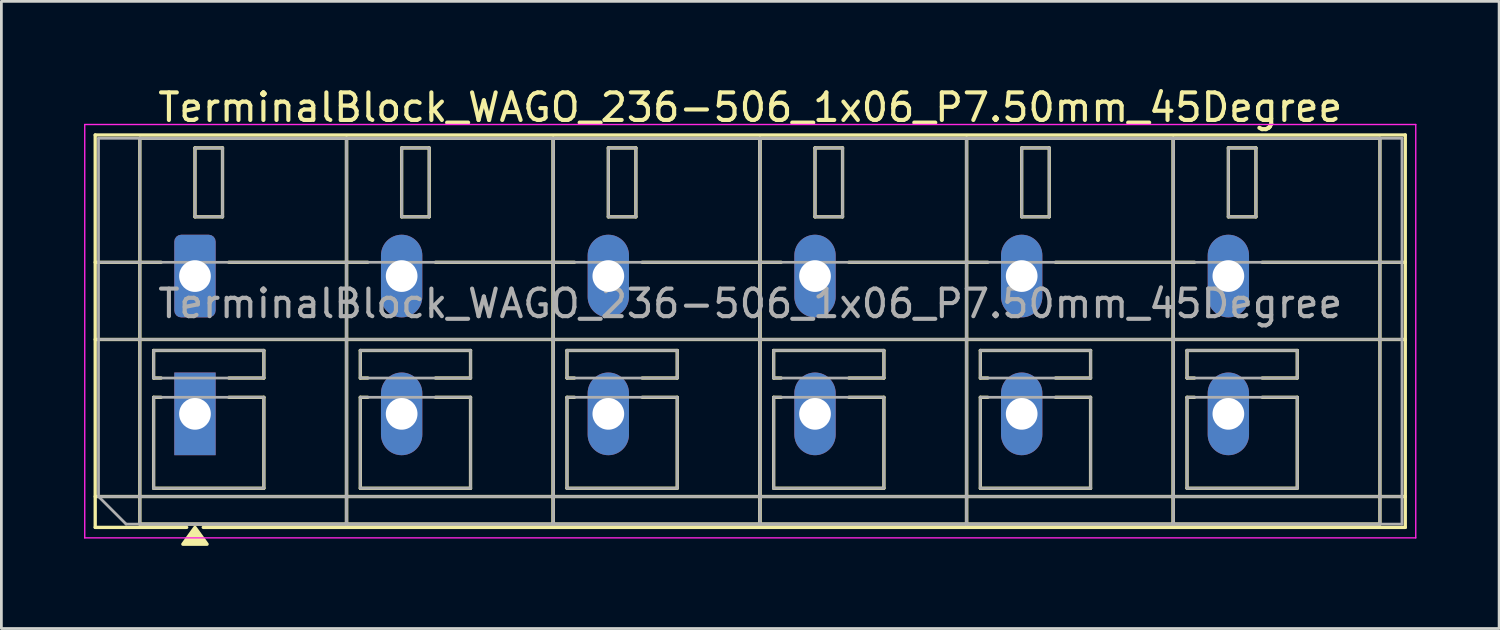
<source format=kicad_pcb>
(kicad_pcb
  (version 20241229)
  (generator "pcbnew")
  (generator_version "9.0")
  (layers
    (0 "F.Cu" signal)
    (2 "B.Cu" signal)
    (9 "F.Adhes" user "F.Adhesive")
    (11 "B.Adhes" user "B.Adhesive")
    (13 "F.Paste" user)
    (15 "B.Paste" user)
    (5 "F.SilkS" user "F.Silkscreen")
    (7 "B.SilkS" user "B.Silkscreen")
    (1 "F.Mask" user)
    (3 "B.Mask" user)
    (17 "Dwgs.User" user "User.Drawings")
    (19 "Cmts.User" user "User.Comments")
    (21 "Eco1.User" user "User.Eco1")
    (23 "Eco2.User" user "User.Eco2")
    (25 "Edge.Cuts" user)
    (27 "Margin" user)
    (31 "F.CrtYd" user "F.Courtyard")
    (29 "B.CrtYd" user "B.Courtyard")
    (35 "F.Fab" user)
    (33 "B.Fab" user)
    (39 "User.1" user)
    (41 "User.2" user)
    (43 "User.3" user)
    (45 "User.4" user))
  (footprint "TerminalBlock_WAGO_236-506_1x06_P7.50mm_45Degree"
    (layer "F.Cu")
    (at 4.025 6.968)
    (property "Reference" "TerminalBlock_WAGO_236-506_1x06_P7.50mm_45Degree" (at 20.15 -6.12 0) (layer "F.SilkS") (effects (font (size 1 1) (thickness 0.15))))
    (attr through_hole)
    (fp_line (start -3.62 -5.12) (end -3.62 9.12) (stroke (width 0.12) (type solid)) (layer "F.SilkS"))
    (fp_line (start -3.62 -5.12) (end 43.92 -5.12) (stroke (width 0.12) (type solid)) (layer "F.SilkS"))
    (fp_line (start -3.62 -0.5) (end -1.23 -0.5) (stroke (width 0.12) (type solid)) (layer "F.SilkS"))
    (fp_line (start -3.62 2.3) (end 43.92 2.3) (stroke (width 0.12) (type solid)) (layer "F.SilkS"))
    (fp_line (start -3.62 8) (end 43.92 8) (stroke (width 0.12) (type solid)) (layer "F.SilkS"))
    (fp_line (start -3.62 9.12) (end -0.3 9.12) (stroke (width 0.12) (type solid)) (layer "F.SilkS"))
    (fp_line (start -2 -5) (end -2 9) (stroke (width 0.12) (type solid)) (layer "F.SilkS"))
    (fp_line (start -2 -5) (end 5.5 -5) (stroke (width 0.12) (type solid)) (layer "F.SilkS"))
    (fp_line (start -2 9) (end 5.5 9) (stroke (width 0.12) (type solid)) (layer "F.SilkS"))
    (fp_line (start -1.5 2.7) (end -1.5 3.7) (stroke (width 0.12) (type solid)) (layer "F.SilkS"))
    (fp_line (start -1.5 2.7) (end 2.5 2.7) (stroke (width 0.12) (type solid)) (layer "F.SilkS"))
    (fp_line (start -1.5 3.7) (end -1.23 3.7) (stroke (width 0.12) (type solid)) (layer "F.SilkS"))
    (fp_line (start -1.5 4.4) (end -1.5 7.7) (stroke (width 0.12) (type solid)) (layer "F.SilkS"))
    (fp_line (start -1.5 4.4) (end -1.23 4.4) (stroke (width 0.12) (type solid)) (layer "F.SilkS"))
    (fp_line (start -1.5 7.7) (end 2.5 7.7) (stroke (width 0.12) (type solid)) (layer "F.SilkS"))
    (fp_line (start 0 -4.65) (end 0 -2.15) (stroke (width 0.12) (type solid)) (layer "F.SilkS"))
    (fp_line (start 0 -4.65) (end 1 -4.65) (stroke (width 0.12) (type solid)) (layer "F.SilkS"))
    (fp_line (start 0 -2.15) (end 1 -2.15) (stroke (width 0.12) (type solid)) (layer "F.SilkS"))
    (fp_line (start 0.3 9.12) (end 43.92 9.12) (stroke (width 0.12) (type solid)) (layer "F.SilkS"))
    (fp_line (start 1 -4.65) (end 1 -2.15) (stroke (width 0.12) (type solid)) (layer "F.SilkS"))
    (fp_line (start 1.23 -0.5) (end 6.27 -0.5) (stroke (width 0.12) (type solid)) (layer "F.SilkS"))
    (fp_line (start 1.23 3.7) (end 2.5 3.7) (stroke (width 0.12) (type solid)) (layer "F.SilkS"))
    (fp_line (start 1.23 4.4) (end 2.5 4.4) (stroke (width 0.12) (type solid)) (layer "F.SilkS"))
    (fp_line (start 2.5 2.7) (end 2.5 3.7) (stroke (width 0.12) (type solid)) (layer "F.SilkS"))
    (fp_line (start 2.5 4.4) (end 2.5 7.7) (stroke (width 0.12) (type solid)) (layer "F.SilkS"))
    (fp_line (start 5.5 -5) (end 5.5 9) (stroke (width 0.12) (type solid)) (layer "F.SilkS"))
    (fp_line (start 5.5 -5) (end 5.5 9) (stroke (width 0.12) (type solid)) (layer "F.SilkS"))
    (fp_line (start 5.5 -5) (end 13 -5) (stroke (width 0.12) (type solid)) (layer "F.SilkS"))
    (fp_line (start 5.5 9) (end 13 9) (stroke (width 0.12) (type solid)) (layer "F.SilkS"))
    (fp_line (start 6 2.7) (end 6 3.7) (stroke (width 0.12) (type solid)) (layer "F.SilkS"))
    (fp_line (start 6 2.7) (end 10 2.7) (stroke (width 0.12) (type solid)) (layer "F.SilkS"))
    (fp_line (start 6 3.7) (end 6.27 3.7) (stroke (width 0.12) (type solid)) (layer "F.SilkS"))
    (fp_line (start 6 4.4) (end 6 7.7) (stroke (width 0.12) (type solid)) (layer "F.SilkS"))
    (fp_line (start 6 4.4) (end 6.27 4.4) (stroke (width 0.12) (type solid)) (layer "F.SilkS"))
    (fp_line (start 6 7.7) (end 10 7.7) (stroke (width 0.12) (type solid)) (layer "F.SilkS"))
    (fp_line (start 7.5 -4.65) (end 7.5 -2.15) (stroke (width 0.12) (type solid)) (layer "F.SilkS"))
    (fp_line (start 7.5 -4.65) (end 8.5 -4.65) (stroke (width 0.12) (type solid)) (layer "F.SilkS"))
    (fp_line (start 7.5 -2.15) (end 8.5 -2.15) (stroke (width 0.12) (type solid)) (layer "F.SilkS"))
    (fp_line (start 8.5 -4.65) (end 8.5 -2.15) (stroke (width 0.12) (type solid)) (layer "F.SilkS"))
    (fp_line (start 8.73 -0.5) (end 13.77 -0.5) (stroke (width 0.12) (type solid)) (layer "F.SilkS"))
    (fp_line (start 8.73 3.7) (end 10 3.7) (stroke (width 0.12) (type solid)) (layer "F.SilkS"))
    (fp_line (start 8.73 4.4) (end 10 4.4) (stroke (width 0.12) (type solid)) (layer "F.SilkS"))
    (fp_line (start 10 2.7) (end 10 3.7) (stroke (width 0.12) (type solid)) (layer "F.SilkS"))
    (fp_line (start 10 4.4) (end 10 7.7) (stroke (width 0.12) (type solid)) (layer "F.SilkS"))
    (fp_line (start 13 -5) (end 13 9) (stroke (width 0.12) (type solid)) (layer "F.SilkS"))
    (fp_line (start 13 -5) (end 13 9) (stroke (width 0.12) (type solid)) (layer "F.SilkS"))
    (fp_line (start 13 -5) (end 20.5 -5) (stroke (width 0.12) (type solid)) (layer "F.SilkS"))
    (fp_line (start 13 9) (end 20.5 9) (stroke (width 0.12) (type solid)) (layer "F.SilkS"))
    (fp_line (start 13.5 2.7) (end 13.5 3.7) (stroke (width 0.12) (type solid)) (layer "F.SilkS"))
    (fp_line (start 13.5 2.7) (end 17.5 2.7) (stroke (width 0.12) (type solid)) (layer "F.SilkS"))
    (fp_line (start 13.5 3.7) (end 13.77 3.7) (stroke (width 0.12) (type solid)) (layer "F.SilkS"))
    (fp_line (start 13.5 4.4) (end 13.5 7.7) (stroke (width 0.12) (type solid)) (layer "F.SilkS"))
    (fp_line (start 13.5 4.4) (end 13.77 4.4) (stroke (width 0.12) (type solid)) (layer "F.SilkS"))
    (fp_line (start 13.5 7.7) (end 17.5 7.7) (stroke (width 0.12) (type solid)) (layer "F.SilkS"))
    (fp_line (start 15 -4.65) (end 15 -2.15) (stroke (width 0.12) (type solid)) (layer "F.SilkS"))
    (fp_line (start 15 -4.65) (end 16 -4.65) (stroke (width 0.12) (type solid)) (layer "F.SilkS"))
    (fp_line (start 15 -2.15) (end 16 -2.15) (stroke (width 0.12) (type solid)) (layer "F.SilkS"))
    (fp_line (start 16 -4.65) (end 16 -2.15) (stroke (width 0.12) (type solid)) (layer "F.SilkS"))
    (fp_line (start 16.23 -0.5) (end 21.27 -0.5) (stroke (width 0.12) (type solid)) (layer "F.SilkS"))
    (fp_line (start 16.23 3.7) (end 17.5 3.7) (stroke (width 0.12) (type solid)) (layer "F.SilkS"))
    (fp_line (start 16.23 4.4) (end 17.5 4.4) (stroke (width 0.12) (type solid)) (layer "F.SilkS"))
    (fp_line (start 17.5 2.7) (end 17.5 3.7) (stroke (width 0.12) (type solid)) (layer "F.SilkS"))
    (fp_line (start 17.5 4.4) (end 17.5 7.7) (stroke (width 0.12) (type solid)) (layer "F.SilkS"))
    (fp_line (start 20.5 -5) (end 20.5 9) (stroke (width 0.12) (type solid)) (layer "F.SilkS"))
    (fp_line (start 20.5 -5) (end 20.5 9) (stroke (width 0.12) (type solid)) (layer "F.SilkS"))
    (fp_line (start 20.5 -5) (end 28 -5) (stroke (width 0.12) (type solid)) (layer "F.SilkS"))
    (fp_line (start 20.5 9) (end 28 9) (stroke (width 0.12) (type solid)) (layer "F.SilkS"))
    (fp_line (start 21 2.7) (end 21 3.7) (stroke (width 0.12) (type solid)) (layer "F.SilkS"))
    (fp_line (start 21 2.7) (end 25 2.7) (stroke (width 0.12) (type solid)) (layer "F.SilkS"))
    (fp_line (start 21 3.7) (end 21.27 3.7) (stroke (width 0.12) (type solid)) (layer "F.SilkS"))
    (fp_line (start 21 4.4) (end 21 7.7) (stroke (width 0.12) (type solid)) (layer "F.SilkS"))
    (fp_line (start 21 4.4) (end 21.27 4.4) (stroke (width 0.12) (type solid)) (layer "F.SilkS"))
    (fp_line (start 21 7.7) (end 25 7.7) (stroke (width 0.12) (type solid)) (layer "F.SilkS"))
    (fp_line (start 22.5 -4.65) (end 22.5 -2.15) (stroke (width 0.12) (type solid)) (layer "F.SilkS"))
    (fp_line (start 22.5 -4.65) (end 23.5 -4.65) (stroke (width 0.12) (type solid)) (layer "F.SilkS"))
    (fp_line (start 22.5 -2.15) (end 23.5 -2.15) (stroke (width 0.12) (type solid)) (layer "F.SilkS"))
    (fp_line (start 23.5 -4.65) (end 23.5 -2.15) (stroke (width 0.12) (type solid)) (layer "F.SilkS"))
    (fp_line (start 23.73 -0.5) (end 28.77 -0.5) (stroke (width 0.12) (type solid)) (layer "F.SilkS"))
    (fp_line (start 23.73 3.7) (end 25 3.7) (stroke (width 0.12) (type solid)) (layer "F.SilkS"))
    (fp_line (start 23.73 4.4) (end 25 4.4) (stroke (width 0.12) (type solid)) (layer "F.SilkS"))
    (fp_line (start 25 2.7) (end 25 3.7) (stroke (width 0.12) (type solid)) (layer "F.SilkS"))
    (fp_line (start 25 4.4) (end 25 7.7) (stroke (width 0.12) (type solid)) (layer "F.SilkS"))
    (fp_line (start 28 -5) (end 28 9) (stroke (width 0.12) (type solid)) (layer "F.SilkS"))
    (fp_line (start 28 -5) (end 28 9) (stroke (width 0.12) (type solid)) (layer "F.SilkS"))
    (fp_line (start 28 -5) (end 35.5 -5) (stroke (width 0.12) (type solid)) (layer "F.SilkS"))
    (fp_line (start 28 9) (end 35.5 9) (stroke (width 0.12) (type solid)) (layer "F.SilkS"))
    (fp_line (start 28.5 2.7) (end 28.5 3.7) (stroke (width 0.12) (type solid)) (layer "F.SilkS"))
    (fp_line (start 28.5 2.7) (end 32.5 2.7) (stroke (width 0.12) (type solid)) (layer "F.SilkS"))
    (fp_line (start 28.5 3.7) (end 28.77 3.7) (stroke (width 0.12) (type solid)) (layer "F.SilkS"))
    (fp_line (start 28.5 4.4) (end 28.5 7.7) (stroke (width 0.12) (type solid)) (layer "F.SilkS"))
    (fp_line (start 28.5 4.4) (end 28.77 4.4) (stroke (width 0.12) (type solid)) (layer "F.SilkS"))
    (fp_line (start 28.5 7.7) (end 32.5 7.7) (stroke (width 0.12) (type solid)) (layer "F.SilkS"))
    (fp_line (start 30 -4.65) (end 30 -2.15) (stroke (width 0.12) (type solid)) (layer "F.SilkS"))
    (fp_line (start 30 -4.65) (end 31 -4.65) (stroke (width 0.12) (type solid)) (layer "F.SilkS"))
    (fp_line (start 30 -2.15) (end 31 -2.15) (stroke (width 0.12) (type solid)) (layer "F.SilkS"))
    (fp_line (start 31 -4.65) (end 31 -2.15) (stroke (width 0.12) (type solid)) (layer "F.SilkS"))
    (fp_line (start 31.23 -0.5) (end 36.27 -0.5) (stroke (width 0.12) (type solid)) (layer "F.SilkS"))
    (fp_line (start 31.23 3.7) (end 32.5 3.7) (stroke (width 0.12) (type solid)) (layer "F.SilkS"))
    (fp_line (start 31.23 4.4) (end 32.5 4.4) (stroke (width 0.12) (type solid)) (layer "F.SilkS"))
    (fp_line (start 32.5 2.7) (end 32.5 3.7) (stroke (width 0.12) (type solid)) (layer "F.SilkS"))
    (fp_line (start 32.5 4.4) (end 32.5 7.7) (stroke (width 0.12) (type solid)) (layer "F.SilkS"))
    (fp_line (start 35.5 -5) (end 35.5 9) (stroke (width 0.12) (type solid)) (layer "F.SilkS"))
    (fp_line (start 35.5 -5) (end 35.5 9) (stroke (width 0.12) (type solid)) (layer "F.SilkS"))
    (fp_line (start 35.5 -5) (end 43 -5) (stroke (width 0.12) (type solid)) (layer "F.SilkS"))
    (fp_line (start 35.5 9) (end 43 9) (stroke (width 0.12) (type solid)) (layer "F.SilkS"))
    (fp_line (start 36 2.7) (end 36 3.7) (stroke (width 0.12) (type solid)) (layer "F.SilkS"))
    (fp_line (start 36 2.7) (end 40 2.7) (stroke (width 0.12) (type solid)) (layer "F.SilkS"))
    (fp_line (start 36 3.7) (end 36.27 3.7) (stroke (width 0.12) (type solid)) (layer "F.SilkS"))
    (fp_line (start 36 4.4) (end 36 7.7) (stroke (width 0.12) (type solid)) (layer "F.SilkS"))
    (fp_line (start 36 4.4) (end 36.27 4.4) (stroke (width 0.12) (type solid)) (layer "F.SilkS"))
    (fp_line (start 36 7.7) (end 40 7.7) (stroke (width 0.12) (type solid)) (layer "F.SilkS"))
    (fp_line (start 37.5 -4.65) (end 37.5 -2.15) (stroke (width 0.12) (type solid)) (layer "F.SilkS"))
    (fp_line (start 37.5 -4.65) (end 38.5 -4.65) (stroke (width 0.12) (type solid)) (layer "F.SilkS"))
    (fp_line (start 37.5 -2.15) (end 38.5 -2.15) (stroke (width 0.12) (type solid)) (layer "F.SilkS"))
    (fp_line (start 38.5 -4.65) (end 38.5 -2.15) (stroke (width 0.12) (type solid)) (layer "F.SilkS"))
    (fp_line (start 38.73 -0.5) (end 43.92 -0.5) (stroke (width 0.12) (type solid)) (layer "F.SilkS"))
    (fp_line (start 38.73 3.7) (end 40 3.7) (stroke (width 0.12) (type solid)) (layer "F.SilkS"))
    (fp_line (start 38.73 4.4) (end 40 4.4) (stroke (width 0.12) (type solid)) (layer "F.SilkS"))
    (fp_line (start 40 2.7) (end 40 3.7) (stroke (width 0.12) (type solid)) (layer "F.SilkS"))
    (fp_line (start 40 4.4) (end 40 7.7) (stroke (width 0.12) (type solid)) (layer "F.SilkS"))
    (fp_line (start 43 -5) (end 43 9) (stroke (width 0.12) (type solid)) (layer "F.SilkS"))
    (fp_line (start 43.92 -5.12) (end 43.92 9.12) (stroke (width 0.12) (type solid)) (layer "F.SilkS"))
    (fp_poly (pts (xy 0 9.12) (xy 0.44 9.73) (xy -0.44 9.73)) (stroke (width 0.12) (type solid)) (fill yes) (layer "F.SilkS"))
    (fp_line (start -4 -5.5) (end -4 9.5) (stroke (width 0.05) (type solid)) (layer "F.CrtYd"))
    (fp_line (start -4 9.5) (end 44.3 9.5) (stroke (width 0.05) (type solid)) (layer "F.CrtYd"))
    (fp_line (start 44.3 -5.5) (end -4 -5.5) (stroke (width 0.05) (type solid)) (layer "F.CrtYd"))
    (fp_line (start 44.3 9.5) (end 44.3 -5.5) (stroke (width 0.05) (type solid)) (layer "F.CrtYd"))
    (fp_line (start -3.5 -5) (end 43.8 -5) (stroke (width 0.1) (type solid)) (layer "F.Fab"))
    (fp_line (start -3.5 -0.5) (end 43.8 -0.5) (stroke (width 0.1) (type solid)) (layer "F.Fab"))
    (fp_line (start -3.5 2.3) (end 43.8 2.3) (stroke (width 0.1) (type solid)) (layer "F.Fab"))
    (fp_line (start -3.5 8) (end -3.5 -5) (stroke (width 0.1) (type solid)) (layer "F.Fab"))
    (fp_line (start -3.5 8) (end 43.8 8) (stroke (width 0.1) (type solid)) (layer "F.Fab"))
    (fp_line (start -2.5 9) (end -3.5 8) (stroke (width 0.1) (type solid)) (layer "F.Fab"))
    (fp_line (start -2 -5) (end -2 9) (stroke (width 0.1) (type solid)) (layer "F.Fab"))
    (fp_line (start -2 9) (end 5.5 9) (stroke (width 0.1) (type solid)) (layer "F.Fab"))
    (fp_line (start -1.5 2.7) (end -1.5 3.7) (stroke (width 0.1) (type solid)) (layer "F.Fab"))
    (fp_line (start -1.5 3.7) (end 2.5 3.7) (stroke (width 0.1) (type solid)) (layer "F.Fab"))
    (fp_line (start -1.5 4.4) (end -1.5 7.7) (stroke (width 0.1) (type solid)) (layer "F.Fab"))
    (fp_line (start -1.5 7.7) (end 2.5 7.7) (stroke (width 0.1) (type solid)) (layer "F.Fab"))
    (fp_line (start 0 -4.65) (end 0 -2.15) (stroke (width 0.1) (type solid)) (layer "F.Fab"))
    (fp_line (start 0 -2.15) (end 1 -2.15) (stroke (width 0.1) (type solid)) (layer "F.Fab"))
    (fp_line (start 1 -4.65) (end 0 -4.65) (stroke (width 0.1) (type solid)) (layer "F.Fab"))
    (fp_line (start 1 -2.15) (end 1 -4.65) (stroke (width 0.1) (type solid)) (layer "F.Fab"))
    (fp_line (start 2.5 2.7) (end -1.5 2.7) (stroke (width 0.1) (type solid)) (layer "F.Fab"))
    (fp_line (start 2.5 3.7) (end 2.5 2.7) (stroke (width 0.1) (type solid)) (layer "F.Fab"))
    (fp_line (start 2.5 4.4) (end -1.5 4.4) (stroke (width 0.1) (type solid)) (layer "F.Fab"))
    (fp_line (start 2.5 7.7) (end 2.5 4.4) (stroke (width 0.1) (type solid)) (layer "F.Fab"))
    (fp_line (start 5.5 -5) (end -2 -5) (stroke (width 0.1) (type solid)) (layer "F.Fab"))
    (fp_line (start 5.5 -5) (end 5.5 9) (stroke (width 0.1) (type solid)) (layer "F.Fab"))
    (fp_line (start 5.5 9) (end 5.5 -5) (stroke (width 0.1) (type solid)) (layer "F.Fab"))
    (fp_line (start 5.5 9) (end 13 9) (stroke (width 0.1) (type solid)) (layer "F.Fab"))
    (fp_line (start 6 2.7) (end 6 3.7) (stroke (width 0.1) (type solid)) (layer "F.Fab"))
    (fp_line (start 6 3.7) (end 10 3.7) (stroke (width 0.1) (type solid)) (layer "F.Fab"))
    (fp_line (start 6 4.4) (end 6 7.7) (stroke (width 0.1) (type solid)) (layer "F.Fab"))
    (fp_line (start 6 7.7) (end 10 7.7) (stroke (width 0.1) (type solid)) (layer "F.Fab"))
    (fp_line (start 7.5 -4.65) (end 7.5 -2.15) (stroke (width 0.1) (type solid)) (layer "F.Fab"))
    (fp_line (start 7.5 -2.15) (end 8.5 -2.15) (stroke (width 0.1) (type solid)) (layer "F.Fab"))
    (fp_line (start 8.5 -4.65) (end 7.5 -4.65) (stroke (width 0.1) (type solid)) (layer "F.Fab"))
    (fp_line (start 8.5 -2.15) (end 8.5 -4.65) (stroke (width 0.1) (type solid)) (layer "F.Fab"))
    (fp_line (start 10 2.7) (end 6 2.7) (stroke (width 0.1) (type solid)) (layer "F.Fab"))
    (fp_line (start 10 3.7) (end 10 2.7) (stroke (width 0.1) (type solid)) (layer "F.Fab"))
    (fp_line (start 10 4.4) (end 6 4.4) (stroke (width 0.1) (type solid)) (layer "F.Fab"))
    (fp_line (start 10 7.7) (end 10 4.4) (stroke (width 0.1) (type solid)) (layer "F.Fab"))
    (fp_line (start 13 -5) (end 5.5 -5) (stroke (width 0.1) (type solid)) (layer "F.Fab"))
    (fp_line (start 13 -5) (end 13 9) (stroke (width 0.1) (type solid)) (layer "F.Fab"))
    (fp_line (start 13 9) (end 13 -5) (stroke (width 0.1) (type solid)) (layer "F.Fab"))
    (fp_line (start 13 9) (end 20.5 9) (stroke (width 0.1) (type solid)) (layer "F.Fab"))
    (fp_line (start 13.5 2.7) (end 13.5 3.7) (stroke (width 0.1) (type solid)) (layer "F.Fab"))
    (fp_line (start 13.5 3.7) (end 17.5 3.7) (stroke (width 0.1) (type solid)) (layer "F.Fab"))
    (fp_line (start 13.5 4.4) (end 13.5 7.7) (stroke (width 0.1) (type solid)) (layer "F.Fab"))
    (fp_line (start 13.5 7.7) (end 17.5 7.7) (stroke (width 0.1) (type solid)) (layer "F.Fab"))
    (fp_line (start 15 -4.65) (end 15 -2.15) (stroke (width 0.1) (type solid)) (layer "F.Fab"))
    (fp_line (start 15 -2.15) (end 16 -2.15) (stroke (width 0.1) (type solid)) (layer "F.Fab"))
    (fp_line (start 16 -4.65) (end 15 -4.65) (stroke (width 0.1) (type solid)) (layer "F.Fab"))
    (fp_line (start 16 -2.15) (end 16 -4.65) (stroke (width 0.1) (type solid)) (layer "F.Fab"))
    (fp_line (start 17.5 2.7) (end 13.5 2.7) (stroke (width 0.1) (type solid)) (layer "F.Fab"))
    (fp_line (start 17.5 3.7) (end 17.5 2.7) (stroke (width 0.1) (type solid)) (layer "F.Fab"))
    (fp_line (start 17.5 4.4) (end 13.5 4.4) (stroke (width 0.1) (type solid)) (layer "F.Fab"))
    (fp_line (start 17.5 7.7) (end 17.5 4.4) (stroke (width 0.1) (type solid)) (layer "F.Fab"))
    (fp_line (start 20.5 -5) (end 13 -5) (stroke (width 0.1) (type solid)) (layer "F.Fab"))
    (fp_line (start 20.5 -5) (end 20.5 9) (stroke (width 0.1) (type solid)) (layer "F.Fab"))
    (fp_line (start 20.5 9) (end 20.5 -5) (stroke (width 0.1) (type solid)) (layer "F.Fab"))
    (fp_line (start 20.5 9) (end 28 9) (stroke (width 0.1) (type solid)) (layer "F.Fab"))
    (fp_line (start 21 2.7) (end 21 3.7) (stroke (width 0.1) (type solid)) (layer "F.Fab"))
    (fp_line (start 21 3.7) (end 25 3.7) (stroke (width 0.1) (type solid)) (layer "F.Fab"))
    (fp_line (start 21 4.4) (end 21 7.7) (stroke (width 0.1) (type solid)) (layer "F.Fab"))
    (fp_line (start 21 7.7) (end 25 7.7) (stroke (width 0.1) (type solid)) (layer "F.Fab"))
    (fp_line (start 22.5 -4.65) (end 22.5 -2.15) (stroke (width 0.1) (type solid)) (layer "F.Fab"))
    (fp_line (start 22.5 -2.15) (end 23.5 -2.15) (stroke (width 0.1) (type solid)) (layer "F.Fab"))
    (fp_line (start 23.5 -4.65) (end 22.5 -4.65) (stroke (width 0.1) (type solid)) (layer "F.Fab"))
    (fp_line (start 23.5 -2.15) (end 23.5 -4.65) (stroke (width 0.1) (type solid)) (layer "F.Fab"))
    (fp_line (start 25 2.7) (end 21 2.7) (stroke (width 0.1) (type solid)) (layer "F.Fab"))
    (fp_line (start 25 3.7) (end 25 2.7) (stroke (width 0.1) (type solid)) (layer "F.Fab"))
    (fp_line (start 25 4.4) (end 21 4.4) (stroke (width 0.1) (type solid)) (layer "F.Fab"))
    (fp_line (start 25 7.7) (end 25 4.4) (stroke (width 0.1) (type solid)) (layer "F.Fab"))
    (fp_line (start 28 -5) (end 20.5 -5) (stroke (width 0.1) (type solid)) (layer "F.Fab"))
    (fp_line (start 28 -5) (end 28 9) (stroke (width 0.1) (type solid)) (layer "F.Fab"))
    (fp_line (start 28 9) (end 28 -5) (stroke (width 0.1) (type solid)) (layer "F.Fab"))
    (fp_line (start 28 9) (end 35.5 9) (stroke (width 0.1) (type solid)) (layer "F.Fab"))
    (fp_line (start 28.5 2.7) (end 28.5 3.7) (stroke (width 0.1) (type solid)) (layer "F.Fab"))
    (fp_line (start 28.5 3.7) (end 32.5 3.7) (stroke (width 0.1) (type solid)) (layer "F.Fab"))
    (fp_line (start 28.5 4.4) (end 28.5 7.7) (stroke (width 0.1) (type solid)) (layer "F.Fab"))
    (fp_line (start 28.5 7.7) (end 32.5 7.7) (stroke (width 0.1) (type solid)) (layer "F.Fab"))
    (fp_line (start 30 -4.65) (end 30 -2.15) (stroke (width 0.1) (type solid)) (layer "F.Fab"))
    (fp_line (start 30 -2.15) (end 31 -2.15) (stroke (width 0.1) (type solid)) (layer "F.Fab"))
    (fp_line (start 31 -4.65) (end 30 -4.65) (stroke (width 0.1) (type solid)) (layer "F.Fab"))
    (fp_line (start 31 -2.15) (end 31 -4.65) (stroke (width 0.1) (type solid)) (layer "F.Fab"))
    (fp_line (start 32.5 2.7) (end 28.5 2.7) (stroke (width 0.1) (type solid)) (layer "F.Fab"))
    (fp_line (start 32.5 3.7) (end 32.5 2.7) (stroke (width 0.1) (type solid)) (layer "F.Fab"))
    (fp_line (start 32.5 4.4) (end 28.5 4.4) (stroke (width 0.1) (type solid)) (layer "F.Fab"))
    (fp_line (start 32.5 7.7) (end 32.5 4.4) (stroke (width 0.1) (type solid)) (layer "F.Fab"))
    (fp_line (start 35.5 -5) (end 28 -5) (stroke (width 0.1) (type solid)) (layer "F.Fab"))
    (fp_line (start 35.5 -5) (end 35.5 9) (stroke (width 0.1) (type solid)) (layer "F.Fab"))
    (fp_line (start 35.5 9) (end 35.5 -5) (stroke (width 0.1) (type solid)) (layer "F.Fab"))
    (fp_line (start 35.5 9) (end 43 9) (stroke (width 0.1) (type solid)) (layer "F.Fab"))
    (fp_line (start 36 2.7) (end 36 3.7) (stroke (width 0.1) (type solid)) (layer "F.Fab"))
    (fp_line (start 36 3.7) (end 40 3.7) (stroke (width 0.1) (type solid)) (layer "F.Fab"))
    (fp_line (start 36 4.4) (end 36 7.7) (stroke (width 0.1) (type solid)) (layer "F.Fab"))
    (fp_line (start 36 7.7) (end 40 7.7) (stroke (width 0.1) (type solid)) (layer "F.Fab"))
    (fp_line (start 37.5 -4.65) (end 37.5 -2.15) (stroke (width 0.1) (type solid)) (layer "F.Fab"))
    (fp_line (start 37.5 -2.15) (end 38.5 -2.15) (stroke (width 0.1) (type solid)) (layer "F.Fab"))
    (fp_line (start 38.5 -4.65) (end 37.5 -4.65) (stroke (width 0.1) (type solid)) (layer "F.Fab"))
    (fp_line (start 38.5 -2.15) (end 38.5 -4.65) (stroke (width 0.1) (type solid)) (layer "F.Fab"))
    (fp_line (start 40 2.7) (end 36 2.7) (stroke (width 0.1) (type solid)) (layer "F.Fab"))
    (fp_line (start 40 3.7) (end 40 2.7) (stroke (width 0.1) (type solid)) (layer "F.Fab"))
    (fp_line (start 40 4.4) (end 36 4.4) (stroke (width 0.1) (type solid)) (layer "F.Fab"))
    (fp_line (start 40 7.7) (end 40 4.4) (stroke (width 0.1) (type solid)) (layer "F.Fab"))
    (fp_line (start 43 -5) (end 35.5 -5) (stroke (width 0.1) (type solid)) (layer "F.Fab"))
    (fp_line (start 43 9) (end 43 -5) (stroke (width 0.1) (type solid)) (layer "F.Fab"))
    (fp_line (start 43.8 -5) (end 43.8 9) (stroke (width 0.1) (type solid)) (layer "F.Fab"))
    (fp_line (start 43.8 9) (end -2.5 9) (stroke (width 0.1) (type solid)) (layer "F.Fab"))
    (fp_text user "${REFERENCE}" (at 20.15 1 0) (layer "F.Fab") (effects (font (size 1 1) (thickness 0.15))))
    (pad "1" thru_hole roundrect (at 0 0) (size 1.5 3) (drill 1.15) (layers "*.Cu" "*.Mask") (roundrect_rratio 0.167))
    (pad "1" thru_hole rect (at 0 5) (size 1.5 3) (drill 1.15) (layers "*.Cu" "*.Mask"))
    (pad "2" thru_hole oval (at 7.5 0) (size 1.5 3) (drill 1.15) (layers "*.Cu" "*.Mask"))
    (pad "2" thru_hole oval (at 7.5 5) (size 1.5 3) (drill 1.15) (layers "*.Cu" "*.Mask"))
    (pad "3" thru_hole oval (at 15 0) (size 1.5 3) (drill 1.15) (layers "*.Cu" "*.Mask"))
    (pad "3" thru_hole oval (at 15 5) (size 1.5 3) (drill 1.15) (layers "*.Cu" "*.Mask"))
    (pad "4" thru_hole oval (at 22.5 0) (size 1.5 3) (drill 1.15) (layers "*.Cu" "*.Mask"))
    (pad "4" thru_hole oval (at 22.5 5) (size 1.5 3) (drill 1.15) (layers "*.Cu" "*.Mask"))
    (pad "5" thru_hole oval (at 30 0) (size 1.5 3) (drill 1.15) (layers "*.Cu" "*.Mask"))
    (pad "5" thru_hole oval (at 30 5) (size 1.5 3) (drill 1.15) (layers "*.Cu" "*.Mask"))
    (pad "6" thru_hole oval (at 37.5 0) (size 1.5 3) (drill 1.15) (layers "*.Cu" "*.Mask"))
    (pad "6" thru_hole oval (at 37.5 5) (size 1.5 3) (drill 1.15) (layers "*.Cu" "*.Mask")))
  (gr_rect
    (start -3 -3)
    (end 51.35 19.758)
    (stroke (width 0.1) (type default))
    (fill no)
    (layer "Edge.Cuts")))
</source>
